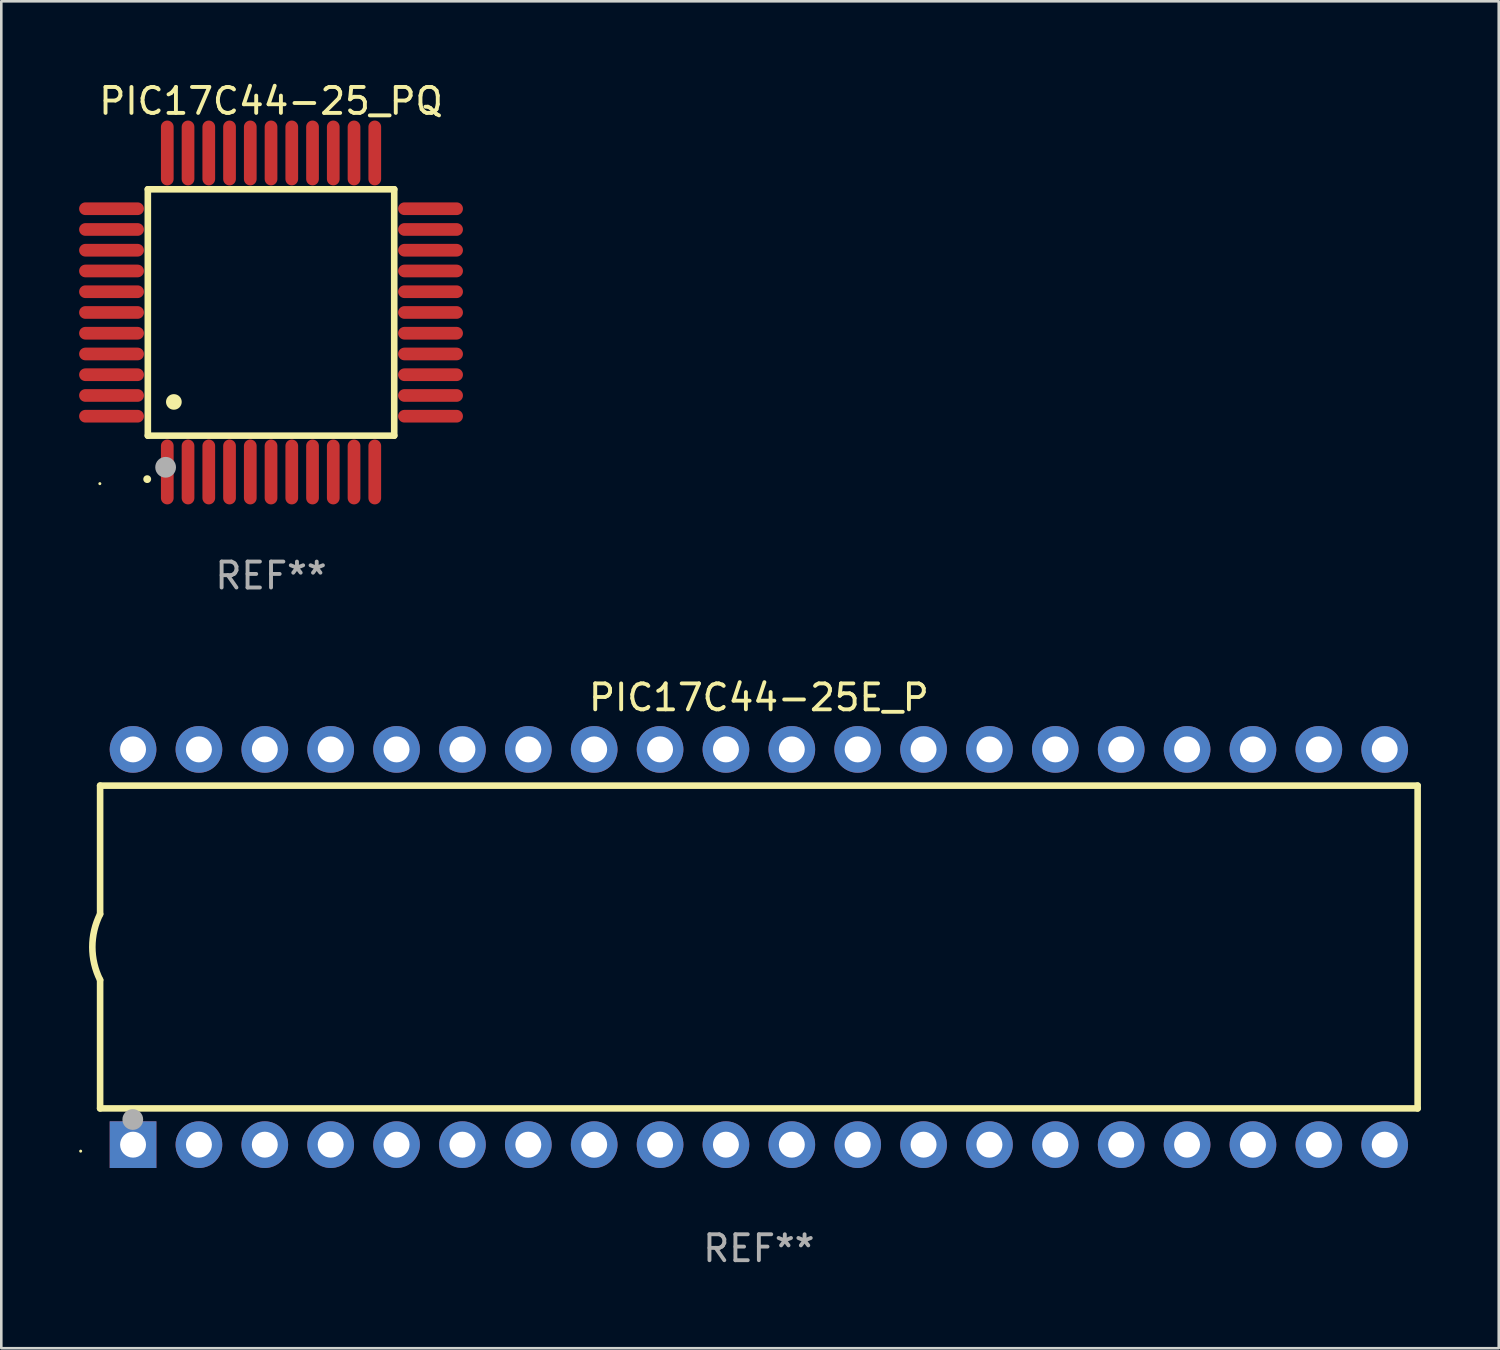
<source format=kicad_pcb>
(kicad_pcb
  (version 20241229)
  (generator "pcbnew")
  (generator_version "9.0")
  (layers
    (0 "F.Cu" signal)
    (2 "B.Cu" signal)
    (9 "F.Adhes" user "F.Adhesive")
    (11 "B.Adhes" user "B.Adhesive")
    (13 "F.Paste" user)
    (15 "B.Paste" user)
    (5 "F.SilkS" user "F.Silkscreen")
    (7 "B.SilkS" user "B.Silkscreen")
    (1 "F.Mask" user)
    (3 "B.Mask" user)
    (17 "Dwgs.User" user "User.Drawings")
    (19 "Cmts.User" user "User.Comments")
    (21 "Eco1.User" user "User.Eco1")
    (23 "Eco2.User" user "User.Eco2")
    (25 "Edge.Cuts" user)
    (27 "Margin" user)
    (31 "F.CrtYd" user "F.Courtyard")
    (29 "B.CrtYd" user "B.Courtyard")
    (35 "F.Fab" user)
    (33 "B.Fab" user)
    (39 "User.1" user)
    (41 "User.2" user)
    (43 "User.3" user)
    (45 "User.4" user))
  (footprint "PIC17C44-25_PQ"
    (layer "F.Cu")
    (at 7.4 8.998)
    (property "Reference" "PIC17C44-25_PQ" (at 0 -8.15 0) (layer "F.SilkS") (effects (font (size 1 1) (thickness 0.15))))
    (attr through_hole)
    (fp_line (start -4.75 -4.75) (end 4.75 -4.75) (stroke (width 0.254) (type solid)) (layer "F.SilkS"))
    (fp_line (start -4.75 4.75) (end -4.75 -4.75) (stroke (width 0.254) (type solid)) (layer "F.SilkS"))
    (fp_line (start 4.75 -4.75) (end 4.75 4.75) (stroke (width 0.254) (type solid)) (layer "F.SilkS"))
    (fp_line (start 4.75 4.75) (end -4.75 4.75) (stroke (width 0.254) (type solid)) (layer "F.SilkS"))
    (fp_arc (start -4.77521 6.426213) (mid -4.77394 6.426208) (end -4.77267 6.426213) (stroke (width 0.3) (type solid)) (layer "F.SilkS"))
    (fp_arc (start -3.749047 3.449327) (mid -3.746507 3.449316) (end -3.743967 3.449327) (stroke (width 0.6) (type solid)) (layer "F.SilkS"))
    (fp_circle (center -6.6 6.6) (end -6.57 6.6) (stroke (width 0.06) (type solid)) (fill no) (layer "F.SilkS"))
    (fp_circle (center -4.064 5.969) (end -3.864 5.969) (stroke (width 0.4) (type solid)) (fill no) (layer "F.Fab"))
    (fp_text user "REF**" (at 0 10.15 0) (layer "F.Fab") (effects (font (size 1 1) (thickness 0.15))))
    (pad "1" smd oval (at -4 6.15) (size 0.49 2.5) (layers "F.Cu" "F.Mask" "F.Paste"))
    (pad "2" smd oval (at -3.2 6.15) (size 0.49 2.5) (layers "F.Cu" "F.Mask" "F.Paste"))
    (pad "3" smd oval (at -2.4 6.15) (size 0.49 2.5) (layers "F.Cu" "F.Mask" "F.Paste"))
    (pad "4" smd oval (at -1.6 6.15) (size 0.49 2.5) (layers "F.Cu" "F.Mask" "F.Paste"))
    (pad "5" smd oval (at -0.8 6.15) (size 0.49 2.5) (layers "F.Cu" "F.Mask" "F.Paste"))
    (pad "6" smd oval (at 0 6.15) (size 0.49 2.5) (layers "F.Cu" "F.Mask" "F.Paste"))
    (pad "7" smd oval (at 0.8 6.15) (size 0.49 2.5) (layers "F.Cu" "F.Mask" "F.Paste"))
    (pad "8" smd oval (at 1.6 6.15) (size 0.49 2.5) (layers "F.Cu" "F.Mask" "F.Paste"))
    (pad "9" smd oval (at 2.4 6.15) (size 0.49 2.5) (layers "F.Cu" "F.Mask" "F.Paste"))
    (pad "10" smd oval (at 3.2 6.15) (size 0.49 2.5) (layers "F.Cu" "F.Mask" "F.Paste"))
    (pad "11" smd oval (at 4 6.15) (size 0.49 2.5) (layers "F.Cu" "F.Mask" "F.Paste"))
    (pad "12" smd oval (at 6.15 4) (size 2.5 0.49) (layers "F.Cu" "F.Mask" "F.Paste"))
    (pad "13" smd oval (at 6.15 3.2) (size 2.5 0.49) (layers "F.Cu" "F.Mask" "F.Paste"))
    (pad "14" smd oval (at 6.15 2.4) (size 2.5 0.49) (layers "F.Cu" "F.Mask" "F.Paste"))
    (pad "15" smd oval (at 6.15 1.6) (size 2.5 0.49) (layers "F.Cu" "F.Mask" "F.Paste"))
    (pad "16" smd oval (at 6.15 0.8) (size 2.5 0.49) (layers "F.Cu" "F.Mask" "F.Paste"))
    (pad "17" smd oval (at 6.15 0) (size 2.5 0.49) (layers "F.Cu" "F.Mask" "F.Paste"))
    (pad "18" smd oval (at 6.15 -0.8) (size 2.5 0.49) (layers "F.Cu" "F.Mask" "F.Paste"))
    (pad "19" smd oval (at 6.15 -1.6) (size 2.5 0.49) (layers "F.Cu" "F.Mask" "F.Paste"))
    (pad "20" smd oval (at 6.15 -2.4) (size 2.5 0.49) (layers "F.Cu" "F.Mask" "F.Paste"))
    (pad "21" smd oval (at 6.15 -3.2) (size 2.5 0.49) (layers "F.Cu" "F.Mask" "F.Paste"))
    (pad "22" smd oval (at 6.15 -4) (size 2.5 0.49) (layers "F.Cu" "F.Mask" "F.Paste"))
    (pad "23" smd oval (at 4 -6.15) (size 0.49 2.5) (layers "F.Cu" "F.Mask" "F.Paste"))
    (pad "24" smd oval (at 3.2 -6.15) (size 0.49 2.5) (layers "F.Cu" "F.Mask" "F.Paste"))
    (pad "25" smd oval (at 2.4 -6.15) (size 0.49 2.5) (layers "F.Cu" "F.Mask" "F.Paste"))
    (pad "26" smd oval (at 1.6 -6.15) (size 0.49 2.5) (layers "F.Cu" "F.Mask" "F.Paste"))
    (pad "27" smd oval (at 0.8 -6.15) (size 0.49 2.5) (layers "F.Cu" "F.Mask" "F.Paste"))
    (pad "28" smd oval (at 0 -6.15) (size 0.49 2.5) (layers "F.Cu" "F.Mask" "F.Paste"))
    (pad "29" smd oval (at -0.8 -6.15) (size 0.49 2.5) (layers "F.Cu" "F.Mask" "F.Paste"))
    (pad "30" smd oval (at -1.6 -6.15) (size 0.49 2.5) (layers "F.Cu" "F.Mask" "F.Paste"))
    (pad "31" smd oval (at -2.4 -6.15) (size 0.49 2.5) (layers "F.Cu" "F.Mask" "F.Paste"))
    (pad "32" smd oval (at -3.2 -6.15) (size 0.49 2.5) (layers "F.Cu" "F.Mask" "F.Paste"))
    (pad "33" smd oval (at -4 -6.15) (size 0.49 2.5) (layers "F.Cu" "F.Mask" "F.Paste"))
    (pad "34" smd oval (at -6.15 -4) (size 2.5 0.49) (layers "F.Cu" "F.Mask" "F.Paste"))
    (pad "35" smd oval (at -6.15 -3.2) (size 2.5 0.49) (layers "F.Cu" "F.Mask" "F.Paste"))
    (pad "36" smd oval (at -6.15 -2.4) (size 2.5 0.49) (layers "F.Cu" "F.Mask" "F.Paste"))
    (pad "37" smd oval (at -6.15 -1.6) (size 2.5 0.49) (layers "F.Cu" "F.Mask" "F.Paste"))
    (pad "38" smd oval (at -6.15 -0.8) (size 2.5 0.49) (layers "F.Cu" "F.Mask" "F.Paste"))
    (pad "39" smd oval (at -6.15 0) (size 2.5 0.49) (layers "F.Cu" "F.Mask" "F.Paste"))
    (pad "40" smd oval (at -6.15 0.8) (size 2.5 0.49) (layers "F.Cu" "F.Mask" "F.Paste"))
    (pad "41" smd oval (at -6.15 1.6) (size 2.5 0.49) (layers "F.Cu" "F.Mask" "F.Paste"))
    (pad "42" smd oval (at -6.15 2.4) (size 2.5 0.49) (layers "F.Cu" "F.Mask" "F.Paste"))
    (pad "43" smd oval (at -6.15 3.2) (size 2.5 0.49) (layers "F.Cu" "F.Mask" "F.Paste"))
    (pad "44" smd oval (at -6.15 4) (size 2.5 0.49) (layers "F.Cu" "F.Mask" "F.Paste")))
  (footprint "PIC17C44-25E_P"
    (layer "F.Cu")
    (at 26.21 33.465)
    (property "Reference" "PIC17C44-25E_P" (at 0 -9.62 0) (layer "F.SilkS") (effects (font (size 1 1) (thickness 0.15))))
    (attr through_hole)
    (fp_line (start -25.4 -6.224) (end -25.4 -1.271) (stroke (width 0.254) (type solid)) (layer "F.SilkS"))
    (fp_line (start -25.4 -6.224) (end 25.4 -6.224) (stroke (width 0.254) (type solid)) (layer "F.SilkS"))
    (fp_line (start -25.4 1.269) (end -25.4 6.222) (stroke (width 0.254) (type solid)) (layer "F.SilkS"))
    (fp_line (start -25.4 6.222) (end 25.4 6.222) (stroke (width 0.254) (type solid)) (layer "F.SilkS"))
    (fp_line (start 25.4 6.222) (end 25.4 -6.224) (stroke (width 0.254) (type solid)) (layer "F.SilkS"))
    (fp_arc (start -25.4 1.269241) (mid -25.699807 -0.000762) (end -25.4 -1.270765) (stroke (width 0.254001) (type solid)) (layer "F.SilkS"))
    (fp_circle (center -26.15 7.87) (end -26.12 7.87) (stroke (width 0.06) (type solid)) (fill no) (layer "F.SilkS"))
    (fp_circle (center -24.14 6.65) (end -23.94 6.65) (stroke (width 0.4) (type solid)) (fill no) (layer "F.Fab"))
    (fp_text user "REF**" (at 0 11.62 0) (layer "F.Fab") (effects (font (size 1 1) (thickness 0.15))))
    (pad "1" thru_hole rect (at -24.13 7.62 90) (size 1.8 1.8) (drill 1) (layers "*.Cu" "*.Mask"))
    (pad "2" thru_hole circle (at -21.59 7.62) (size 1.8 1.8) (drill 1) (layers "*.Cu" "*.Mask"))
    (pad "3" thru_hole circle (at -19.05 7.62) (size 1.8 1.8) (drill 1) (layers "*.Cu" "*.Mask"))
    (pad "4" thru_hole circle (at -16.51 7.62) (size 1.8 1.8) (drill 1) (layers "*.Cu" "*.Mask"))
    (pad "5" thru_hole circle (at -13.97 7.62) (size 1.8 1.8) (drill 1) (layers "*.Cu" "*.Mask"))
    (pad "6" thru_hole circle (at -11.43 7.62) (size 1.8 1.8) (drill 1) (layers "*.Cu" "*.Mask"))
    (pad "7" thru_hole circle (at -8.89 7.62) (size 1.8 1.8) (drill 1) (layers "*.Cu" "*.Mask"))
    (pad "8" thru_hole circle (at -6.35 7.62) (size 1.8 1.8) (drill 1) (layers "*.Cu" "*.Mask"))
    (pad "9" thru_hole circle (at -3.81 7.62) (size 1.8 1.8) (drill 1) (layers "*.Cu" "*.Mask"))
    (pad "10" thru_hole circle (at -1.27 7.62) (size 1.8 1.8) (drill 1) (layers "*.Cu" "*.Mask"))
    (pad "11" thru_hole circle (at 1.27 7.62) (size 1.8 1.8) (drill 1) (layers "*.Cu" "*.Mask"))
    (pad "12" thru_hole circle (at 3.81 7.62) (size 1.8 1.8) (drill 1) (layers "*.Cu" "*.Mask"))
    (pad "13" thru_hole circle (at 6.35 7.62) (size 1.8 1.8) (drill 1) (layers "*.Cu" "*.Mask"))
    (pad "14" thru_hole circle (at 8.89 7.62) (size 1.8 1.8) (drill 1) (layers "*.Cu" "*.Mask"))
    (pad "15" thru_hole circle (at 11.43 7.62) (size 1.8 1.8) (drill 1) (layers "*.Cu" "*.Mask"))
    (pad "16" thru_hole circle (at 13.97 7.62) (size 1.8 1.8) (drill 1) (layers "*.Cu" "*.Mask"))
    (pad "17" thru_hole circle (at 16.51 7.62) (size 1.8 1.8) (drill 1) (layers "*.Cu" "*.Mask"))
    (pad "18" thru_hole circle (at 19.05 7.62) (size 1.8 1.8) (drill 1) (layers "*.Cu" "*.Mask"))
    (pad "19" thru_hole circle (at 21.59 7.62) (size 1.8 1.8) (drill 1) (layers "*.Cu" "*.Mask"))
    (pad "20" thru_hole circle (at 24.13 7.62) (size 1.8 1.8) (drill 1) (layers "*.Cu" "*.Mask"))
    (pad "21" thru_hole circle (at 24.13 -7.62) (size 1.8 1.8) (drill 1) (layers "*.Cu" "*.Mask"))
    (pad "22" thru_hole circle (at 21.59 -7.62) (size 1.8 1.8) (drill 1) (layers "*.Cu" "*.Mask"))
    (pad "23" thru_hole circle (at 19.05 -7.62) (size 1.8 1.8) (drill 1) (layers "*.Cu" "*.Mask"))
    (pad "24" thru_hole circle (at 16.51 -7.62) (size 1.8 1.8) (drill 1) (layers "*.Cu" "*.Mask"))
    (pad "25" thru_hole circle (at 13.97 -7.62) (size 1.8 1.8) (drill 1) (layers "*.Cu" "*.Mask"))
    (pad "26" thru_hole circle (at 11.43 -7.62) (size 1.8 1.8) (drill 1) (layers "*.Cu" "*.Mask"))
    (pad "27" thru_hole circle (at 8.89 -7.62) (size 1.8 1.8) (drill 1) (layers "*.Cu" "*.Mask"))
    (pad "28" thru_hole circle (at 6.35 -7.62) (size 1.8 1.8) (drill 1) (layers "*.Cu" "*.Mask"))
    (pad "29" thru_hole circle (at 3.81 -7.62) (size 1.8 1.8) (drill 1) (layers "*.Cu" "*.Mask"))
    (pad "30" thru_hole circle (at 1.27 -7.62) (size 1.8 1.8) (drill 1) (layers "*.Cu" "*.Mask"))
    (pad "31" thru_hole circle (at -1.27 -7.62) (size 1.8 1.8) (drill 1) (layers "*.Cu" "*.Mask"))
    (pad "32" thru_hole circle (at -3.81 -7.62) (size 1.8 1.8) (drill 1) (layers "*.Cu" "*.Mask"))
    (pad "33" thru_hole circle (at -6.35 -7.62) (size 1.8 1.8) (drill 1) (layers "*.Cu" "*.Mask"))
    (pad "34" thru_hole circle (at -8.89 -7.62) (size 1.8 1.8) (drill 1) (layers "*.Cu" "*.Mask"))
    (pad "35" thru_hole circle (at -11.43 -7.62) (size 1.8 1.8) (drill 1) (layers "*.Cu" "*.Mask"))
    (pad "36" thru_hole circle (at -13.97 -7.62) (size 1.8 1.8) (drill 1) (layers "*.Cu" "*.Mask"))
    (pad "37" thru_hole circle (at -16.51 -7.62) (size 1.8 1.8) (drill 1) (layers "*.Cu" "*.Mask"))
    (pad "38" thru_hole circle (at -19.05 -7.62) (size 1.8 1.8) (drill 1) (layers "*.Cu" "*.Mask"))
    (pad "39" thru_hole circle (at -21.59 -7.62) (size 1.8 1.8) (drill 1) (layers "*.Cu" "*.Mask"))
    (pad "40" thru_hole circle (at -24.13 -7.62) (size 1.8 1.8) (drill 1) (layers "*.Cu" "*.Mask")))
  (gr_rect
    (start -3 -3)
    (end 54.737 48.933)
    (stroke (width 0.1) (type default))
    (fill no)
    (layer "Edge.Cuts")))
</source>
